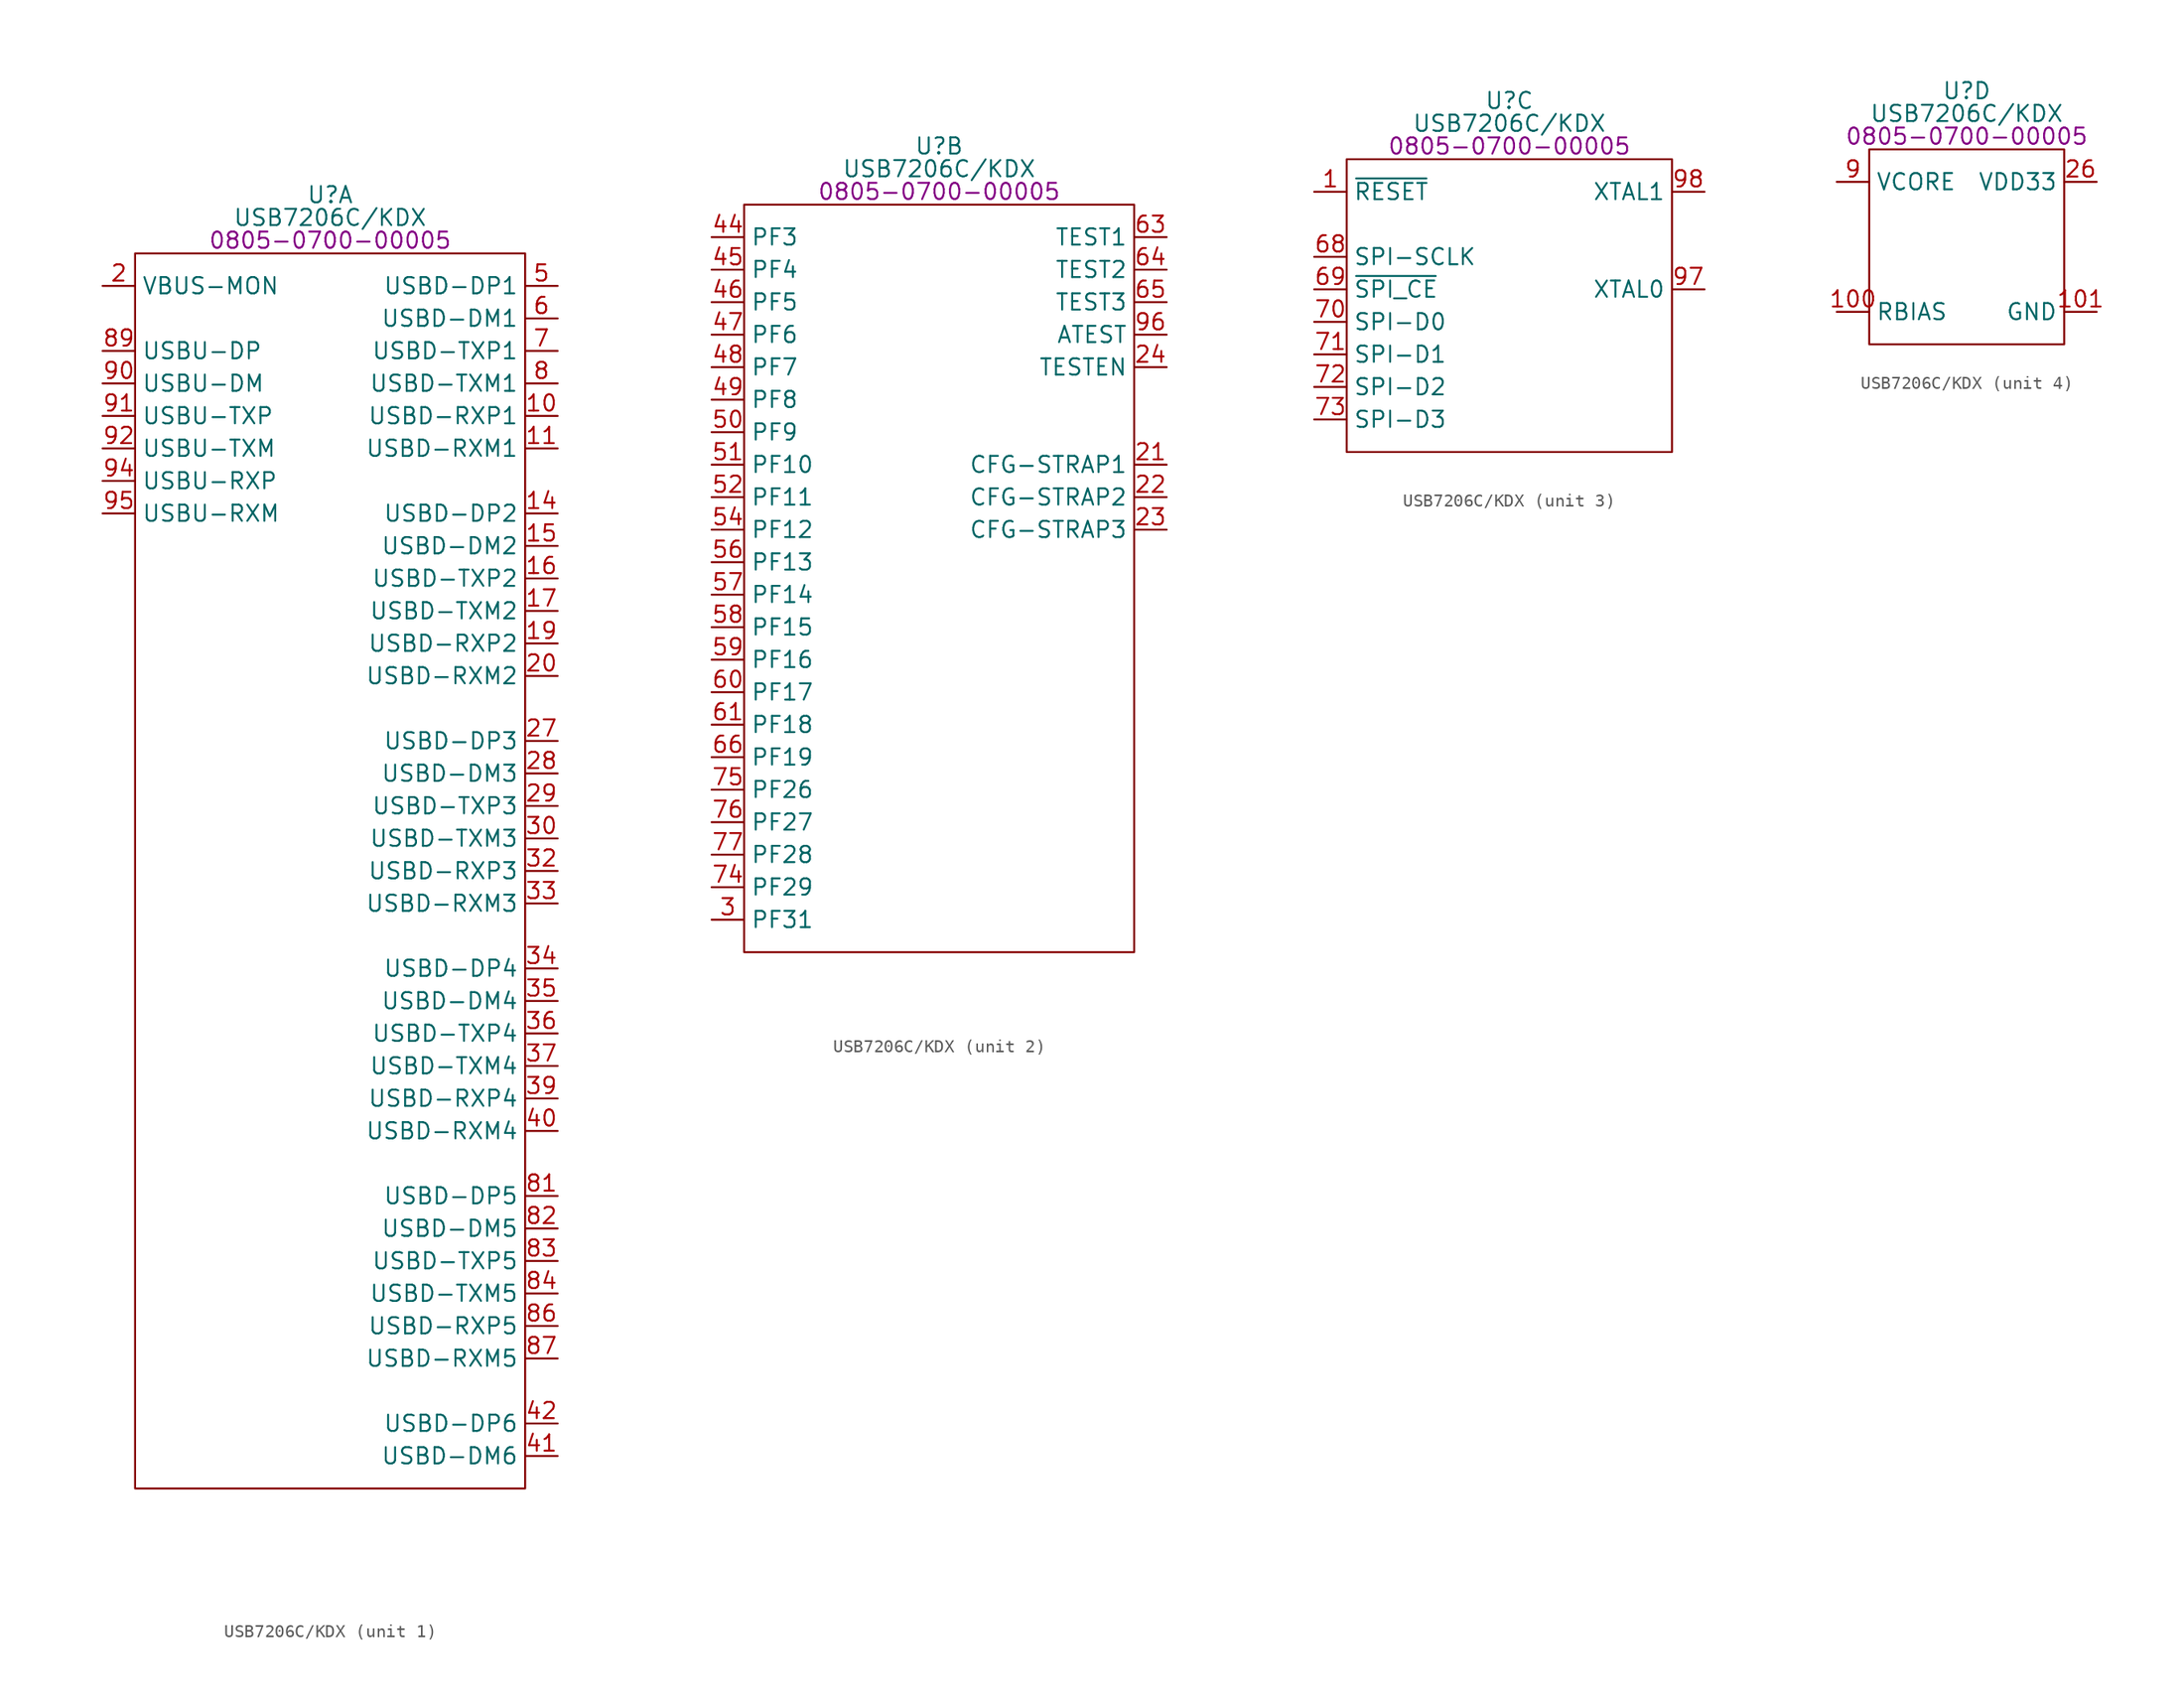
<source format=kicad_sym>
(kicad_symbol_lib
  (version 20231120)
  (generator "kicad_symbol_editor")
  (generator_version "8.0")
  (symbol "USB7206C/KDX"
    (property "Reference" "U"
      (at 0 4.572 0)
      (effects (font (size 1.27 1.27))))
    (property "Value" "USB7206C/KDX"
      (at 0 2.794 0)
      (effects (font (size 1.27 1.27))))
    (property "PartNumber" "0805-0700-00005"
      (at 0 1.016 0)
      (effects (font (size 1.27 1.27))))
    (property "ki_locked" ""
      (at 0 0 0)
      (effects (font (size 1.27 1.27))))
    (symbol "USB7206C/KDX_0_0"
      (pin no_connect line (at -1.27 -6.35 0) (length 2.54) hide (name "NC" (effects (font (size 1.27 1.27)))) (number "12" (effects (font (size 1.27 1.27)))))
      (pin no_connect line (at -1.27 -6.35 0) (length 2.54) hide (name "NC" (effects (font (size 1.27 1.27)))) (number "13" (effects (font (size 1.27 1.27)))))
      (pin no_connect line (at -1.27 -6.35 0) (length 2.54) hide (name "NC" (effects (font (size 1.27 1.27)))) (number "4" (effects (font (size 1.27 1.27)))))
      (pin no_connect line (at -1.27 -6.35 0) (length 2.54) hide (name "NC" (effects (font (size 1.27 1.27)))) (number "80" (effects (font (size 1.27 1.27))))))
    (symbol "USB7206C/KDX_1_0"
      (pin input line (at 17.78 -12.7 180) (length 2.54) (name "USBD-RXP1" (effects (font (size 1.27 1.27)))) (number "10" (effects (font (size 1.27 1.27)))))
      (pin input line (at 17.78 -15.24 180) (length 2.54) (name "USBD-RXM1" (effects (font (size 1.27 1.27)))) (number "11" (effects (font (size 1.27 1.27)))))
      (pin bidirectional line (at 17.78 -20.32 180) (length 2.54) (name "USBD-DP2" (effects (font (size 1.27 1.27)))) (number "14" (effects (font (size 1.27 1.27)))) (alternate "PRT_DIS_P2" bidirectional line))
      (pin bidirectional line (at 17.78 -22.86 180) (length 2.54) (name "USBD-DM2" (effects (font (size 1.27 1.27)))) (number "15" (effects (font (size 1.27 1.27)))) (alternate "PRT_DIS_M2" bidirectional line))
      (pin output line (at 17.78 -25.4 180) (length 2.54) (name "USBD-TXP2" (effects (font (size 1.27 1.27)))) (number "16" (effects (font (size 1.27 1.27)))))
      (pin output line (at 17.78 -27.94 180) (length 2.54) (name "USBD-TXM2" (effects (font (size 1.27 1.27)))) (number "17" (effects (font (size 1.27 1.27)))))
      (pin input line (at 17.78 -30.48 180) (length 2.54) (name "USBD-RXP2" (effects (font (size 1.27 1.27)))) (number "19" (effects (font (size 1.27 1.27)))))
      (pin input line (at -17.78 -2.54 0) (length 2.54) (name "VBUS-MON" (effects (font (size 1.27 1.27)))) (number "2" (effects (font (size 1.27 1.27)))) (alternate "PF30" bidirectional line))
      (pin input line (at 17.78 -33.02 180) (length 2.54) (name "USBD-RXM2" (effects (font (size 1.27 1.27)))) (number "20" (effects (font (size 1.27 1.27)))))
      (pin bidirectional line (at 17.78 -38.1 180) (length 2.54) (name "USBD-DP3" (effects (font (size 1.27 1.27)))) (number "27" (effects (font (size 1.27 1.27)))) (alternate "PRT_DIS_P3" bidirectional line))
      (pin bidirectional line (at 17.78 -40.64 180) (length 2.54) (name "USBD-DM3" (effects (font (size 1.27 1.27)))) (number "28" (effects (font (size 1.27 1.27)))) (alternate "PRT_DIS_M3" bidirectional line))
      (pin output line (at 17.78 -43.18 180) (length 2.54) (name "USBD-TXP3" (effects (font (size 1.27 1.27)))) (number "29" (effects (font (size 1.27 1.27)))))
      (pin output line (at 17.78 -45.72 180) (length 2.54) (name "USBD-TXM3" (effects (font (size 1.27 1.27)))) (number "30" (effects (font (size 1.27 1.27)))))
      (pin input line (at 17.78 -48.26 180) (length 2.54) (name "USBD-RXP3" (effects (font (size 1.27 1.27)))) (number "32" (effects (font (size 1.27 1.27)))))
      (pin input line (at 17.78 -50.8 180) (length 2.54) (name "USBD-RXM3" (effects (font (size 1.27 1.27)))) (number "33" (effects (font (size 1.27 1.27)))))
      (pin bidirectional line (at 17.78 -55.88 180) (length 2.54) (name "USBD-DP4" (effects (font (size 1.27 1.27)))) (number "34" (effects (font (size 1.27 1.27)))) (alternate "PRT_DIS_P4" bidirectional line))
      (pin bidirectional line (at 17.78 -58.42 180) (length 2.54) (name "USBD-DM4" (effects (font (size 1.27 1.27)))) (number "35" (effects (font (size 1.27 1.27)))) (alternate "PRT_DIS_M4" bidirectional line))
      (pin output line (at 17.78 -60.96 180) (length 2.54) (name "USBD-TXP4" (effects (font (size 1.27 1.27)))) (number "36" (effects (font (size 1.27 1.27)))))
      (pin output line (at 17.78 -63.5 180) (length 2.54) (name "USBD-TXM4" (effects (font (size 1.27 1.27)))) (number "37" (effects (font (size 1.27 1.27)))))
      (pin input line (at 17.78 -66.04 180) (length 2.54) (name "USBD-RXP4" (effects (font (size 1.27 1.27)))) (number "39" (effects (font (size 1.27 1.27)))))
      (pin input line (at 17.78 -68.58 180) (length 2.54) (name "USBD-RXM4" (effects (font (size 1.27 1.27)))) (number "40" (effects (font (size 1.27 1.27)))))
      (pin bidirectional line (at 17.78 -93.98 180) (length 2.54) (name "USBD-DM6" (effects (font (size 1.27 1.27)))) (number "41" (effects (font (size 1.27 1.27)))) (alternate "PRT_DIS_M6" bidirectional line))
      (pin bidirectional line (at 17.78 -91.44 180) (length 2.54) (name "USBD-DP6" (effects (font (size 1.27 1.27)))) (number "42" (effects (font (size 1.27 1.27)))) (alternate "PRT_DIS_P6" bidirectional line))
      (pin bidirectional line (at 17.78 -2.54 180) (length 2.54) (name "USBD-DP1" (effects (font (size 1.27 1.27)))) (number "5" (effects (font (size 1.27 1.27)))) (alternate "PRT_DIS_P1" bidirectional line))
      (pin bidirectional line (at 17.78 -5.08 180) (length 2.54) (name "USBD-DM1" (effects (font (size 1.27 1.27)))) (number "6" (effects (font (size 1.27 1.27)))) (alternate "PRT_DIS_M1" bidirectional line))
      (pin output line (at 17.78 -7.62 180) (length 2.54) (name "USBD-TXP1" (effects (font (size 1.27 1.27)))) (number "7" (effects (font (size 1.27 1.27)))))
      (pin output line (at 17.78 -10.16 180) (length 2.54) (name "USBD-TXM1" (effects (font (size 1.27 1.27)))) (number "8" (effects (font (size 1.27 1.27)))))
      (pin bidirectional line (at 17.78 -73.66 180) (length 2.54) (name "USBD-DP5" (effects (font (size 1.27 1.27)))) (number "81" (effects (font (size 1.27 1.27)))) (alternate "PRT_DIS_P5" bidirectional line))
      (pin bidirectional line (at 17.78 -76.2 180) (length 2.54) (name "USBD-DM5" (effects (font (size 1.27 1.27)))) (number "82" (effects (font (size 1.27 1.27)))) (alternate "PRT_DIS_M5" bidirectional line))
      (pin output line (at 17.78 -78.74 180) (length 2.54) (name "USBD-TXP5" (effects (font (size 1.27 1.27)))) (number "83" (effects (font (size 1.27 1.27)))))
      (pin output line (at 17.78 -81.28 180) (length 2.54) (name "USBD-TXM5" (effects (font (size 1.27 1.27)))) (number "84" (effects (font (size 1.27 1.27)))))
      (pin input line (at 17.78 -83.82 180) (length 2.54) (name "USBD-RXP5" (effects (font (size 1.27 1.27)))) (number "86" (effects (font (size 1.27 1.27)))))
      (pin input line (at 17.78 -86.36 180) (length 2.54) (name "USBD-RXM5" (effects (font (size 1.27 1.27)))) (number "87" (effects (font (size 1.27 1.27)))))
      (pin bidirectional line (at -17.78 -7.62 0) (length 2.54) (name "USBU-DP" (effects (font (size 1.27 1.27)))) (number "89" (effects (font (size 1.27 1.27)))))
      (pin bidirectional line (at -17.78 -10.16 0) (length 2.54) (name "USBU-DM" (effects (font (size 1.27 1.27)))) (number "90" (effects (font (size 1.27 1.27)))))
      (pin output line (at -17.78 -12.7 0) (length 2.54) (name "USBU-TXP" (effects (font (size 1.27 1.27)))) (number "91" (effects (font (size 1.27 1.27)))))
      (pin output line (at -17.78 -15.24 0) (length 2.54) (name "USBU-TXM" (effects (font (size 1.27 1.27)))) (number "92" (effects (font (size 1.27 1.27)))))
      (pin input line (at -17.78 -17.78 0) (length 2.54) (name "USBU-RXP" (effects (font (size 1.27 1.27)))) (number "94" (effects (font (size 1.27 1.27)))))
      (pin input line (at -17.78 -20.32 0) (length 2.54) (name "USBU-RXM" (effects (font (size 1.27 1.27)))) (number "95" (effects (font (size 1.27 1.27))))))
    (symbol "USB7206C/KDX_1_1"
      (rectangle (start -15.24 0) (end 15.24 -96.52) (stroke (width 0) (type default)) (fill (type none))))
    (symbol "USB7206C/KDX_2_0"
      (pin input line (at 17.78 -20.32 180) (length 2.54) (name "CFG-STRAP1" (effects (font (size 1.27 1.27)))) (number "21" (effects (font (size 1.27 1.27)))))
      (pin input line (at 17.78 -22.86 180) (length 2.54) (name "CFG-STRAP2" (effects (font (size 1.27 1.27)))) (number "22" (effects (font (size 1.27 1.27)))))
      (pin input line (at 17.78 -25.4 180) (length 2.54) (name "CFG-STRAP3" (effects (font (size 1.27 1.27)))) (number "23" (effects (font (size 1.27 1.27)))))
      (pin tri_state line (at 17.78 -12.7 180) (length 2.54) (name "TESTEN" (effects (font (size 1.27 1.27)))) (number "24" (effects (font (size 1.27 1.27)))))
      (pin bidirectional line (at -17.78 -55.88 0) (length 2.54) (name "PF31" (effects (font (size 1.27 1.27)))) (number "3" (effects (font (size 1.27 1.27)))) (alternate "CTLR-I2C-DA" bidirectional line))
      (pin bidirectional line (at -17.78 -2.54 0) (length 2.54) (name "PF3" (effects (font (size 1.27 1.27)))) (number "44" (effects (font (size 1.27 1.27)))) (alternate "I2S-SDI" input line))
      (pin bidirectional line (at -17.78 -5.08 0) (length 2.54) (name "PF4" (effects (font (size 1.27 1.27)))) (number "45" (effects (font (size 1.27 1.27)))) (alternate "I2S-SDO" output line))
      (pin bidirectional line (at -17.78 -7.62 0) (length 2.54) (name "PF5" (effects (font (size 1.27 1.27)))) (number "46" (effects (font (size 1.27 1.27)))) (alternate "I2S-SCLK" input line))
      (pin bidirectional line (at -17.78 -10.16 0) (length 2.54) (name "PF6" (effects (font (size 1.27 1.27)))) (number "47" (effects (font (size 1.27 1.27)))) (alternate "I2S-LRCK" bidirectional line))
      (pin bidirectional line (at -17.78 -12.7 0) (length 2.54) (name "PF7" (effects (font (size 1.27 1.27)))) (number "48" (effects (font (size 1.27 1.27)))) (alternate "I2S-MCLK" bidirectional line))
      (pin bidirectional line (at -17.78 -15.24 0) (length 2.54) (name "PF8" (effects (font (size 1.27 1.27)))) (number "49" (effects (font (size 1.27 1.27)))))
      (pin bidirectional line (at -17.78 -17.78 0) (length 2.54) (name "PF9" (effects (font (size 1.27 1.27)))) (number "50" (effects (font (size 1.27 1.27)))))
      (pin bidirectional line (at -17.78 -20.32 0) (length 2.54) (name "PF10" (effects (font (size 1.27 1.27)))) (number "51" (effects (font (size 1.27 1.27)))) (alternate "PRT-CTRL3-U3" bidirectional line))
      (pin bidirectional line (at -17.78 -22.86 0) (length 2.54) (name "PF11" (effects (font (size 1.27 1.27)))) (number "52" (effects (font (size 1.27 1.27)))) (alternate "PRT-CTRL4-U3" bidirectional line))
      (pin bidirectional line (at -17.78 -25.4 0) (length 2.54) (name "PF12" (effects (font (size 1.27 1.27)))) (number "54" (effects (font (size 1.27 1.27)))) (alternate "PRT-CTRL5-U3" bidirectional line))
      (pin bidirectional line (at -17.78 -27.94 0) (length 2.54) (name "PF13" (effects (font (size 1.27 1.27)))) (number "56" (effects (font (size 1.27 1.27)))) (alternate "PRT-CTRL5" bidirectional line))
      (pin bidirectional line (at -17.78 -30.48 0) (length 2.54) (name "PF14" (effects (font (size 1.27 1.27)))) (number "57" (effects (font (size 1.27 1.27)))) (alternate "PORT-CTRL4" bidirectional line))
      (pin bidirectional line (at -17.78 -33.02 0) (length 2.54) (name "PF15" (effects (font (size 1.27 1.27)))) (number "58" (effects (font (size 1.27 1.27)))) (alternate "PORT-CTRL3" bidirectional line))
      (pin bidirectional line (at -17.78 -35.56 0) (length 2.54) (name "PF16" (effects (font (size 1.27 1.27)))) (number "59" (effects (font (size 1.27 1.27)))) (alternate "PORT-CTRL2" bidirectional line))
      (pin bidirectional line (at -17.78 -38.1 0) (length 2.54) (name "PF17" (effects (font (size 1.27 1.27)))) (number "60" (effects (font (size 1.27 1.27)))) (alternate "PORT-CTRL1" bidirectional line))
      (pin bidirectional line (at -17.78 -40.64 0) (length 2.54) (name "PF18" (effects (font (size 1.27 1.27)))) (number "61" (effects (font (size 1.27 1.27)))) (alternate "CTLR-I2C-SCLK" bidirectional line))
      (pin bidirectional line (at 17.78 -2.54 180) (length 2.54) (name "TEST1" (effects (font (size 1.27 1.27)))) (number "63" (effects (font (size 1.27 1.27)))))
      (pin bidirectional line (at 17.78 -5.08 180) (length 2.54) (name "TEST2" (effects (font (size 1.27 1.27)))) (number "64" (effects (font (size 1.27 1.27)))))
      (pin bidirectional line (at 17.78 -7.62 180) (length 2.54) (name "TEST3" (effects (font (size 1.27 1.27)))) (number "65" (effects (font (size 1.27 1.27)))))
      (pin bidirectional line (at -17.78 -43.18 0) (length 2.54) (name "PF19" (effects (font (size 1.27 1.27)))) (number "66" (effects (font (size 1.27 1.27)))) (alternate "MIC-DET" bidirectional line))
      (pin bidirectional line (at -17.78 -53.34 0) (length 2.54) (name "PF29" (effects (font (size 1.27 1.27)))) (number "74" (effects (font (size 1.27 1.27)))))
      (pin bidirectional line (at -17.78 -45.72 0) (length 2.54) (name "PF26" (effects (font (size 1.27 1.27)))) (number "75" (effects (font (size 1.27 1.27)))) (alternate "PER-I2C-SCLK" input line))
      (pin bidirectional line (at -17.78 -48.26 0) (length 2.54) (name "PF27" (effects (font (size 1.27 1.27)))) (number "76" (effects (font (size 1.27 1.27)))) (alternate "PER-I2C-DA" bidirectional line))
      (pin bidirectional line (at -17.78 -50.8 0) (length 2.54) (name "PF28" (effects (font (size 1.27 1.27)))) (number "77" (effects (font (size 1.27 1.27)))) (alternate "PRT-CTRL6" bidirectional line))
      (pin bidirectional line (at 17.78 -10.16 180) (length 2.54) (name "ATEST" (effects (font (size 1.27 1.27)))) (number "96" (effects (font (size 1.27 1.27))))))
    (symbol "USB7206C/KDX_2_1"
      (rectangle (start -15.24 0) (end 15.24 -58.42) (stroke (width 0) (type default)) (fill (type none))))
    (symbol "USB7206C/KDX_3_0"
      (pin input line (at -15.24 -2.54 0) (length 2.54) (name "~{RESET}" (effects (font (size 1.27 1.27)))) (number "1" (effects (font (size 1.27 1.27)))))
      (pin input line (at -15.24 -7.62 0) (length 2.54) (name "SPI-SCLK" (effects (font (size 1.27 1.27)))) (number "68" (effects (font (size 1.27 1.27)))) (alternate "PF21" input line))
      (pin input line (at -15.24 -10.16 0) (length 2.54) (name "~{SPI_CE}" (effects (font (size 1.27 1.27)))) (number "69" (effects (font (size 1.27 1.27)))) (alternate "CFG_NON_REM" input line) (alternate "PF20" bidirectional line))
      (pin bidirectional line (at -15.24 -12.7 0) (length 2.54) (name "SPI-D0" (effects (font (size 1.27 1.27)))) (number "70" (effects (font (size 1.27 1.27)))) (alternate "CFG_BC_EN" input line) (alternate "PF22" bidirectional line))
      (pin bidirectional line (at -15.24 -15.24 0) (length 2.54) (name "SPI-D1" (effects (font (size 1.27 1.27)))) (number "71" (effects (font (size 1.27 1.27)))) (alternate "PF23" bidirectional line))
      (pin bidirectional line (at -15.24 -17.78 0) (length 2.54) (name "SPI-D2" (effects (font (size 1.27 1.27)))) (number "72" (effects (font (size 1.27 1.27)))) (alternate "PF24" bidirectional line))
      (pin bidirectional line (at -15.24 -20.32 0) (length 2.54) (name "SPI-D3" (effects (font (size 1.27 1.27)))) (number "73" (effects (font (size 1.27 1.27)))) (alternate "PF25" bidirectional line))
      (pin input line (at 15.24 -10.16 180) (length 2.54) (name "XTAL0" (effects (font (size 1.27 1.27)))) (number "97" (effects (font (size 1.27 1.27)))))
      (pin input line (at 15.24 -2.54 180) (length 2.54) (name "XTAL1" (effects (font (size 1.27 1.27)))) (number "98" (effects (font (size 1.27 1.27)))) (alternate "CLK_IN" input line)))
    (symbol "USB7206C/KDX_3_1"
      (rectangle (start -12.7 0) (end 12.7 -22.86) (stroke (width 0) (type default)) (fill (type none))))
    (symbol "USB7206C/KDX_4_0"
      (pin passive line (at -10.16 -12.7 0) (length 2.54) (name "RBIAS" (effects (font (size 1.27 1.27)))) (number "100" (effects (font (size 1.27 1.27)))))
      (pin power_in line (at 10.16 -12.7 180) (length 2.54) (name "GND" (effects (font (size 1.27 1.27)))) (number "101" (effects (font (size 1.27 1.27)))))
      (pin power_in line (at -10.16 -2.54 0) (length 2.54) hide (name "VCORE" (effects (font (size 1.27 1.27)))) (number "18" (effects (font (size 1.27 1.27)))))
      (pin power_in line (at -10.16 -2.54 0) (length 2.54) hide (name "VCORE" (effects (font (size 1.27 1.27)))) (number "25" (effects (font (size 1.27 1.27)))))
      (pin power_in line (at 10.16 -2.54 180) (length 2.54) (name "VDD33" (effects (font (size 1.27 1.27)))) (number "26" (effects (font (size 1.27 1.27)))))
      (pin power_in line (at -10.16 -2.54 0) (length 2.54) hide (name "VCORE" (effects (font (size 1.27 1.27)))) (number "31" (effects (font (size 1.27 1.27)))))
      (pin power_in line (at -10.16 -2.54 0) (length 2.54) hide (name "VCORE" (effects (font (size 1.27 1.27)))) (number "38" (effects (font (size 1.27 1.27)))))
      (pin power_in line (at 10.16 -2.54 180) (length 2.54) hide (name "VDD33" (effects (font (size 1.27 1.27)))) (number "43" (effects (font (size 1.27 1.27)))))
      (pin power_in line (at 10.16 -2.54 180) (length 2.54) hide (name "VDD33" (effects (font (size 1.27 1.27)))) (number "53" (effects (font (size 1.27 1.27)))))
      (pin power_in line (at -10.16 -2.54 0) (length 2.54) hide (name "VCORE" (effects (font (size 1.27 1.27)))) (number "55" (effects (font (size 1.27 1.27)))))
      (pin power_in line (at 10.16 -2.54 180) (length 2.54) hide (name "VDD33" (effects (font (size 1.27 1.27)))) (number "62" (effects (font (size 1.27 1.27)))))
      (pin power_in line (at 10.16 -2.54 180) (length 2.54) hide (name "VDD33" (effects (font (size 1.27 1.27)))) (number "67" (effects (font (size 1.27 1.27)))))
      (pin power_in line (at -10.16 -2.54 0) (length 2.54) hide (name "VCORE" (effects (font (size 1.27 1.27)))) (number "78" (effects (font (size 1.27 1.27)))))
      (pin power_in line (at 10.16 -2.54 180) (length 2.54) hide (name "VDD33" (effects (font (size 1.27 1.27)))) (number "79" (effects (font (size 1.27 1.27)))))
      (pin power_in line (at -10.16 -2.54 0) (length 2.54) hide (name "VCORE" (effects (font (size 1.27 1.27)))) (number "85" (effects (font (size 1.27 1.27)))))
      (pin power_in line (at 10.16 -2.54 180) (length 2.54) hide (name "VDD33" (effects (font (size 1.27 1.27)))) (number "88" (effects (font (size 1.27 1.27)))))
      (pin power_in line (at -10.16 -2.54 0) (length 2.54) (name "VCORE" (effects (font (size 1.27 1.27)))) (number "9" (effects (font (size 1.27 1.27)))))
      (pin power_in line (at -10.16 -2.54 0) (length 2.54) hide (name "VCORE" (effects (font (size 1.27 1.27)))) (number "93" (effects (font (size 1.27 1.27)))))
      (pin power_in line (at 10.16 -2.54 180) (length 2.54) hide (name "VDD33" (effects (font (size 1.27 1.27)))) (number "99" (effects (font (size 1.27 1.27))))))
    (symbol "USB7206C/KDX_4_1"
      (rectangle (start -7.62 0) (end 7.62 -15.24) (stroke (width 0) (type default)) (fill (type none))))))
</source>
